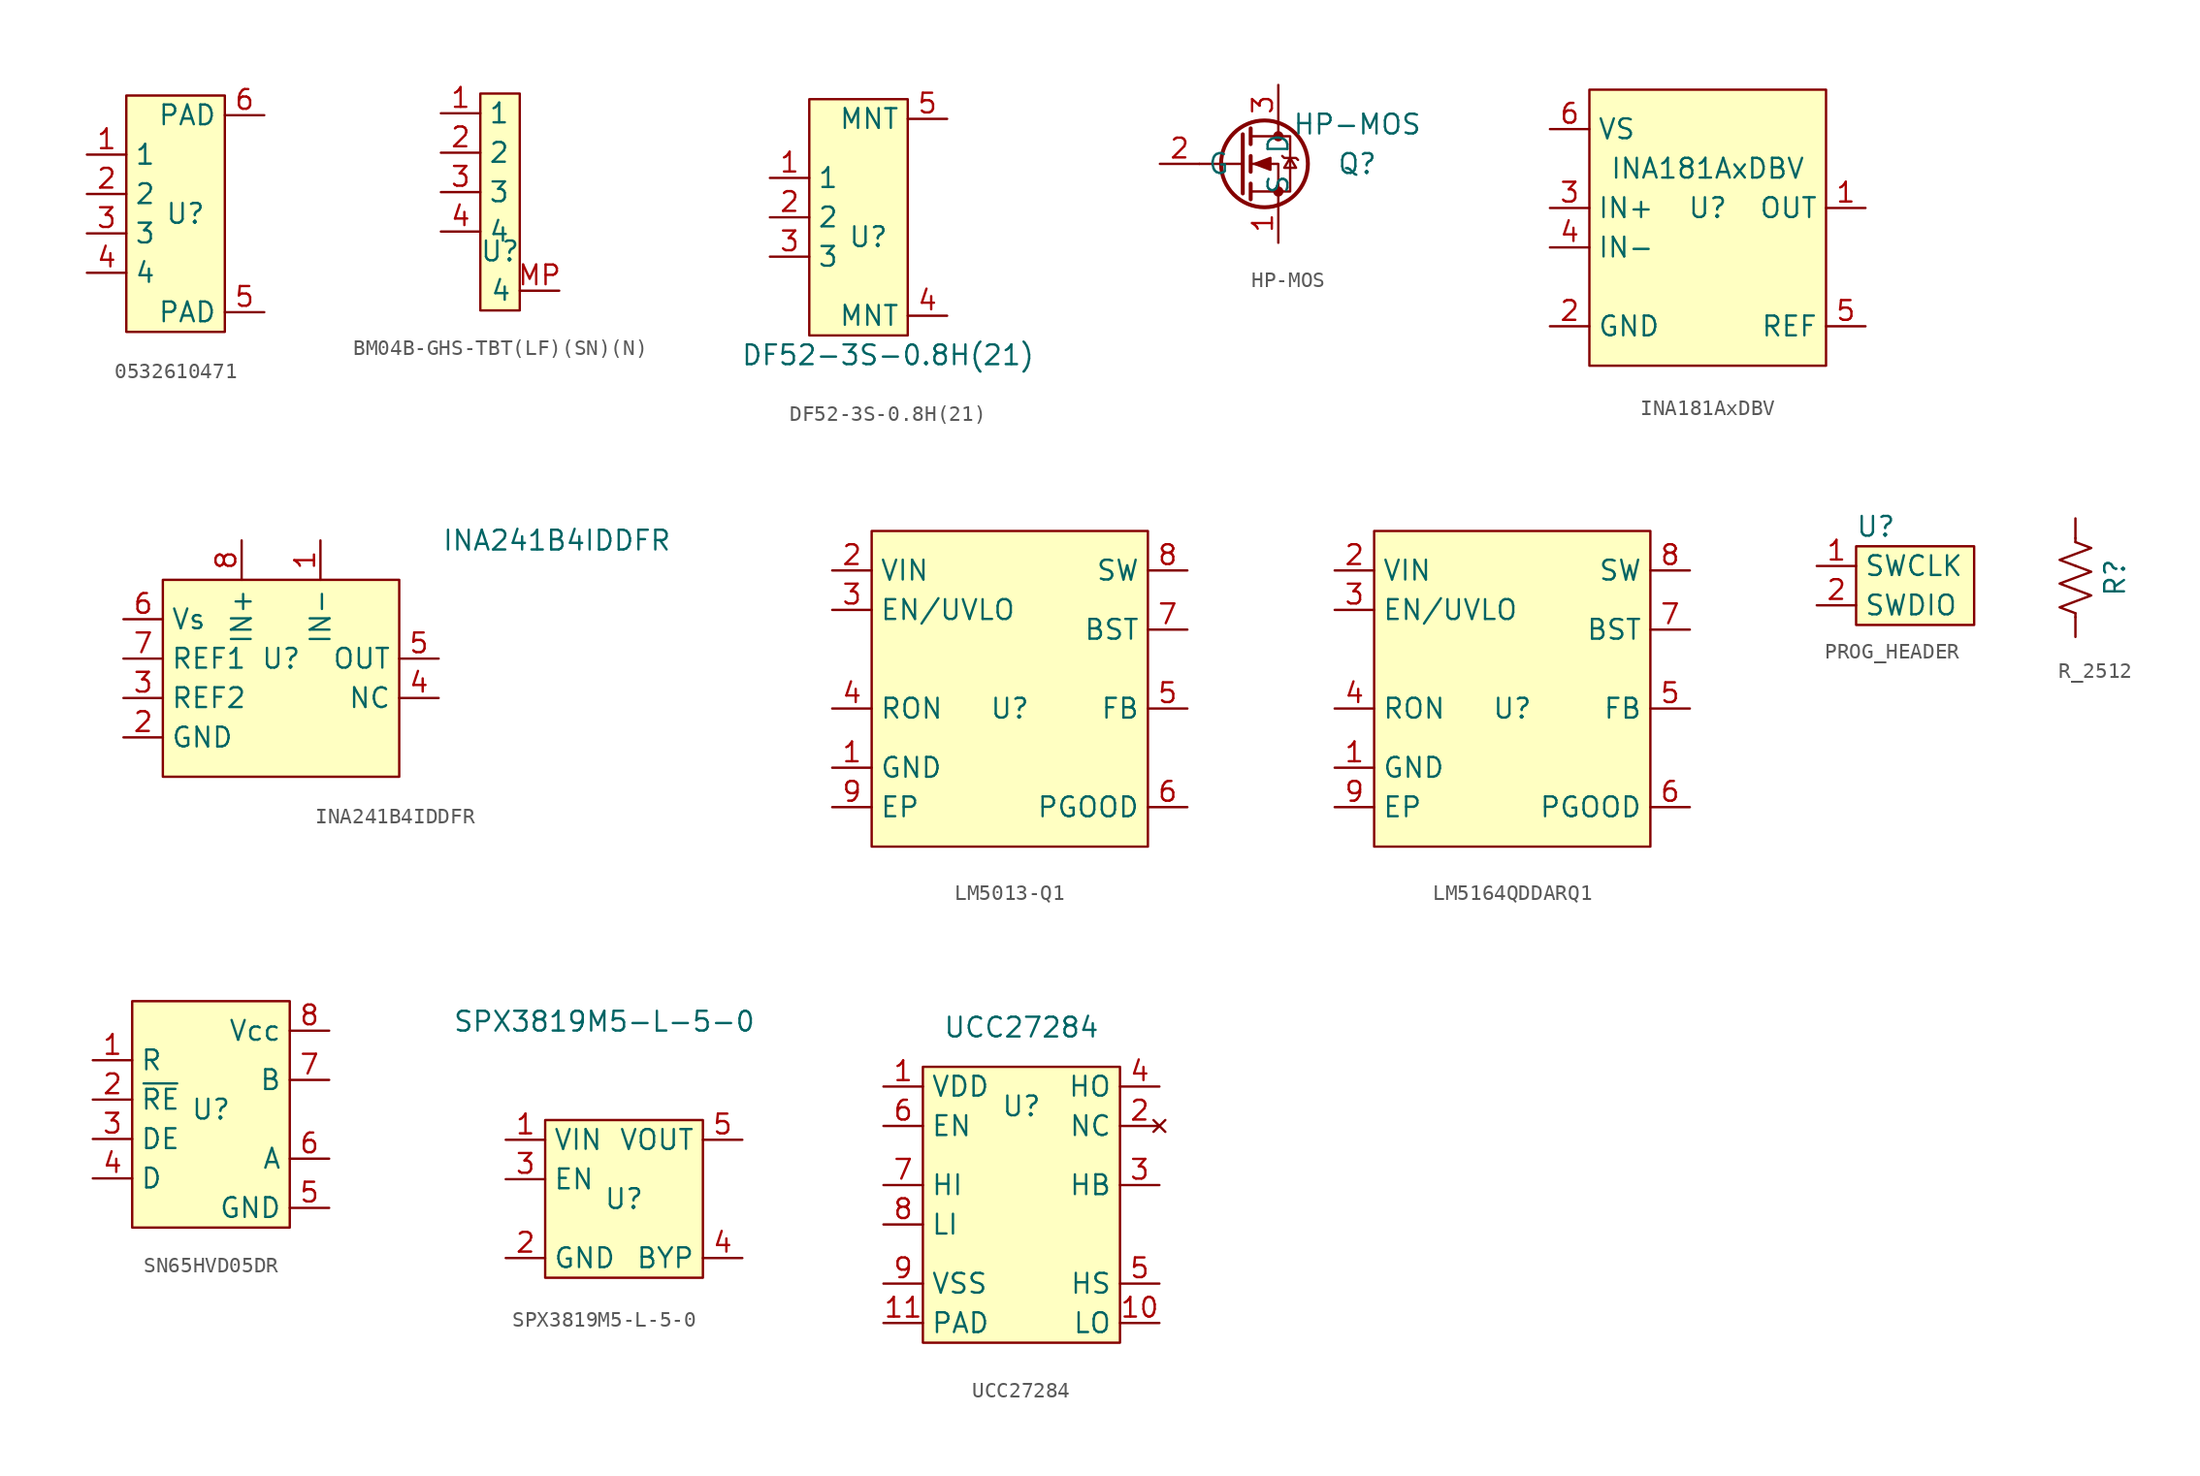
<source format=kicad_sym>
(kicad_symbol_lib
  (version 20220914)
  (generator kicad_symbol_editor)
  (symbol "0532610471"
    (property "Reference" "U"
      (at 1.27 0 0)
      (effects (font (size 1.27 1.27))))
    (property "Value" ""
      (at 0 0 0)
      (effects (font (size 1.27 1.27))))
    (symbol "0532610471_0_1"
      (rectangle (start -2.54 7.62) (end 3.81 -7.62) (stroke (width 0) (type default)) (fill (type background))))
    (symbol "0532610471_1_1"
      (pin input line (at -5.08 3.81 0) (length 2.54) (name "1" (effects (font (size 1.27 1.27)))) (number "1" (effects (font (size 1.27 1.27)))))
      (pin input line (at -5.08 1.27 0) (length 2.54) (name "2" (effects (font (size 1.27 1.27)))) (number "2" (effects (font (size 1.27 1.27)))))
      (pin input line (at -5.08 -1.27 0) (length 2.54) (name "3" (effects (font (size 1.27 1.27)))) (number "3" (effects (font (size 1.27 1.27)))))
      (pin input line (at -5.08 -3.81 0) (length 2.54) (name "4" (effects (font (size 1.27 1.27)))) (number "4" (effects (font (size 1.27 1.27)))))
      (pin input line (at 6.35 -6.35 180) (length 2.54) (name "PAD" (effects (font (size 1.27 1.27)))) (number "5" (effects (font (size 1.27 1.27)))))
      (pin input line (at 6.35 6.35 180) (length 2.54) (name "PAD" (effects (font (size 1.27 1.27)))) (number "6" (effects (font (size 1.27 1.27)))))))
  (symbol "BM04B-GHS-TBT(LF)(SN)(N)"
    (property "Reference" "U"
      (at -1.27 -5.08 0)
      (effects (font (size 1.27 1.27))))
    (property "Value" ""
      (at 0 0 0)
      (effects (font (size 1.27 1.27))))
    (symbol "BM04B-GHS-TBT(LF)(SN)(N)_0_1"
      (rectangle (start -2.54 5.08) (end 0 -8.89) (stroke (width 0) (type default)) (fill (type background))))
    (symbol "BM04B-GHS-TBT(LF)(SN)(N)_1_1"
      (pin input line (at -5.08 3.81 0) (length 2.54) (name "1" (effects (font (size 1.27 1.27)))) (number "1" (effects (font (size 1.27 1.27)))))
      (pin input line (at -5.08 1.27 0) (length 2.54) (name "2" (effects (font (size 1.27 1.27)))) (number "2" (effects (font (size 1.27 1.27)))))
      (pin input line (at -5.08 -1.27 0) (length 2.54) (name "3" (effects (font (size 1.27 1.27)))) (number "3" (effects (font (size 1.27 1.27)))))
      (pin input line (at -5.08 -3.81 0) (length 2.54) (name "4" (effects (font (size 1.27 1.27)))) (number "4" (effects (font (size 1.27 1.27)))))
      (pin input line (at 2.54 -7.62 180) (length 2.54) (name "4" (effects (font (size 1.27 1.27)))) (number "MP" (effects (font (size 1.27 1.27)))))))
  (symbol "DF52-3S-0.8H(21)"
    (property "Reference" "U"
      (at 0 -1.27 0)
      (effects (font (size 1.27 1.27))))
    (property "Value" "DF52-3S-0.8H(21)"
      (at 1.27 -8.89 0)
      (effects (font (size 1.27 1.27))))
    (symbol "DF52-3S-0.8H(21)_0_1"
      (rectangle (start -3.81 7.62) (end 2.54 -7.62) (stroke (width 0) (type default)) (fill (type background))))
    (symbol "DF52-3S-0.8H(21)_1_1"
      (pin input line (at -6.35 2.54 0) (length 2.54) (name "1" (effects (font (size 1.27 1.27)))) (number "1" (effects (font (size 1.27 1.27)))))
      (pin input line (at -6.35 0 0) (length 2.54) (name "2" (effects (font (size 1.27 1.27)))) (number "2" (effects (font (size 1.27 1.27)))))
      (pin input line (at -6.35 -2.54 0) (length 2.54) (name "3" (effects (font (size 1.27 1.27)))) (number "3" (effects (font (size 1.27 1.27)))))
      (pin input line (at 5.08 -6.35 180) (length 2.54) (name "MNT" (effects (font (size 1.27 1.27)))) (number "4" (effects (font (size 1.27 1.27)))))
      (pin input line (at 5.08 6.35 180) (length 2.54) (name "MNT" (effects (font (size 1.27 1.27)))) (number "5" (effects (font (size 1.27 1.27)))))))
  (symbol "HP-MOS"
    (property "Reference" "Q"
      (at 5.08 0 0)
      (effects (font (size 1.27 1.27))))
    (property "Value" "HP-MOS"
      (at 5.08 2.54 0)
      (effects (font (size 1.27 1.27))))
    (symbol "HP-MOS_0_1"
      (circle (center -0.889 0) (radius 2.794) (stroke (width 0.254) (type default)) (fill (type none)))
      (circle (center 0 -1.778) (radius 0.254) (stroke (width 0) (type default)) (fill (type outline)))
      (polyline (pts (xy -2.286 0) (xy -5.08 0)) (stroke (width 0) (type default)) (fill (type none)))
      (polyline (pts (xy -2.286 1.905) (xy -2.286 -1.905)) (stroke (width 0.254) (type default)) (fill (type none)))
      (polyline (pts (xy -1.778 -1.27) (xy -1.778 -2.286)) (stroke (width 0.254) (type default)) (fill (type none)))
      (polyline (pts (xy -1.778 0.508) (xy -1.778 -0.508)) (stroke (width 0.254) (type default)) (fill (type none)))
      (polyline (pts (xy -1.778 2.286) (xy -1.778 1.27)) (stroke (width 0.254) (type default)) (fill (type none)))
      (polyline (pts (xy 0 2.54) (xy 0 1.778)) (stroke (width 0) (type default)) (fill (type none)))
      (polyline (pts (xy 0 -2.54) (xy 0 0) (xy -1.778 0)) (stroke (width 0) (type default)) (fill (type none)))
      (polyline (pts (xy -1.778 -1.778) (xy 0.762 -1.778) (xy 0.762 1.778) (xy -1.778 1.778)) (stroke (width 0) (type default)) (fill (type none)))
      (polyline (pts (xy -1.524 0) (xy -0.508 0.381) (xy -0.508 -0.381) (xy -1.524 0)) (stroke (width 0) (type default)) (fill (type outline)))
      (polyline (pts (xy 0.254 0.508) (xy 0.381 0.381) (xy 1.143 0.381) (xy 1.27 0.254)) (stroke (width 0) (type default)) (fill (type none)))
      (polyline (pts (xy 0.762 0.381) (xy 0.381 -0.254) (xy 1.143 -0.254) (xy 0.762 0.381)) (stroke (width 0) (type default)) (fill (type none)))
      (circle (center 0 1.778) (radius 0.254) (stroke (width 0) (type default)) (fill (type outline))))
    (symbol "HP-MOS_1_1"
      (pin passive line (at 0 -5.08 90) (length 2.54) (name "S" (effects (font (size 1.27 1.27)))) (number "1" (effects (font (size 1.27 1.27)))))
      (pin input line (at -7.62 0 0) (length 2.54) (name "G" (effects (font (size 1.27 1.27)))) (number "2" (effects (font (size 1.27 1.27)))))
      (pin passive line (at 0 5.08 270) (length 2.54) (name "D" (effects (font (size 1.27 1.27)))) (number "3" (effects (font (size 1.27 1.27)))))))
  (symbol "INA181AxDBV"
    (property "Reference" "U"
      (at 0 0 0)
      (effects (font (size 1.27 1.27))))
    (property "Value" "INA181AxDBV"
      (at 0 2.54 0)
      (effects (font (size 1.27 1.27))))
    (symbol "INA181AxDBV_0_0"
      (pin bidirectional line (at 10.16 0 180) (length 2.54) (name "OUT" (effects (font (size 1.27 1.27)))) (number "1" (effects (font (size 1.27 1.27)))))
      (pin bidirectional line (at -10.16 -7.62 0) (length 2.54) (name "GND" (effects (font (size 1.27 1.27)))) (number "2" (effects (font (size 1.27 1.27)))))
      (pin bidirectional line (at -10.16 0 0) (length 2.54) (name "IN+" (effects (font (size 1.27 1.27)))) (number "3" (effects (font (size 1.27 1.27)))))
      (pin bidirectional line (at -10.16 -2.54 0) (length 2.54) (name "IN-" (effects (font (size 1.27 1.27)))) (number "4" (effects (font (size 1.27 1.27)))))
      (pin bidirectional line (at 10.16 -7.62 180) (length 2.54) (name "REF" (effects (font (size 1.27 1.27)))) (number "5" (effects (font (size 1.27 1.27)))))
      (pin bidirectional line (at -10.16 5.08 0) (length 2.54) (name "VS" (effects (font (size 1.27 1.27)))) (number "6" (effects (font (size 1.27 1.27))))))
    (symbol "INA181AxDBV_0_1"
      (rectangle (start -7.62 7.62) (end 7.62 -10.16) (stroke (width 0) (type default)) (fill (type background)))))
  (symbol "INA241B4IDDFR"
    (property "Reference" "U"
      (at 0 0 0)
      (effects (font (size 1.27 1.27))))
    (property "Value" "INA241B4IDDFR"
      (at 17.78 7.62 0)
      (effects (font (size 1.27 1.27))))
    (symbol "INA241B4IDDFR_0_0"
      (pin bidirectional line (at 2.54 7.62 270) (length 2.54) (name "IN-" (effects (font (size 1.27 1.27)))) (number "1" (effects (font (size 1.27 1.27)))))
      (pin bidirectional line (at -10.16 -5.08 0) (length 2.54) (name "GND" (effects (font (size 1.27 1.27)))) (number "2" (effects (font (size 1.27 1.27)))))
      (pin bidirectional line (at -10.16 -2.54 0) (length 2.54) (name "REF2" (effects (font (size 1.27 1.27)))) (number "3" (effects (font (size 1.27 1.27)))))
      (pin bidirectional line (at 10.16 -2.54 180) (length 2.54) (name "NC" (effects (font (size 1.27 1.27)))) (number "4" (effects (font (size 1.27 1.27)))))
      (pin bidirectional line (at 10.16 0 180) (length 2.54) (name "OUT" (effects (font (size 1.27 1.27)))) (number "5" (effects (font (size 1.27 1.27)))))
      (pin bidirectional line (at -10.16 2.54 0) (length 2.54) (name "Vs" (effects (font (size 1.27 1.27)))) (number "6" (effects (font (size 1.27 1.27)))))
      (pin bidirectional line (at -10.16 0 0) (length 2.54) (name "REF1" (effects (font (size 1.27 1.27)))) (number "7" (effects (font (size 1.27 1.27)))))
      (pin bidirectional line (at -2.54 7.62 270) (length 2.54) (name "IN+" (effects (font (size 1.27 1.27)))) (number "8" (effects (font (size 1.27 1.27))))))
    (symbol "INA241B4IDDFR_0_1"
      (rectangle (start -7.62 5.08) (end 7.62 -7.62) (stroke (width 0) (type default)) (fill (type background)))))
  (symbol "LM5013-Q1"
    (property "Reference" "U"
      (at 0 0 0)
      (effects (font (size 1.27 1.27))))
    (property "Value" ""
      (at 0 0 0)
      (effects (font (size 1.27 1.27))))
    (symbol "LM5013-Q1_0_1"
      (rectangle (start -8.89 11.43) (end 8.89 -8.89) (stroke (width 0) (type default)) (fill (type background))))
    (symbol "LM5013-Q1_1_1"
      (pin power_in line (at -11.43 -3.81 0) (length 2.54) (name "GND" (effects (font (size 1.27 1.27)))) (number "1" (effects (font (size 1.27 1.27)))))
      (pin power_in line (at -11.43 8.89 0) (length 2.54) (name "VIN" (effects (font (size 1.27 1.27)))) (number "2" (effects (font (size 1.27 1.27)))))
      (pin input line (at -11.43 6.35 0) (length 2.54) (name "EN/UVLO" (effects (font (size 1.27 1.27)))) (number "3" (effects (font (size 1.27 1.27)))))
      (pin input line (at -11.43 0 0) (length 2.54) (name "RON" (effects (font (size 1.27 1.27)))) (number "4" (effects (font (size 1.27 1.27)))))
      (pin input line (at 11.43 0 180) (length 2.54) (name "FB" (effects (font (size 1.27 1.27)))) (number "5" (effects (font (size 1.27 1.27)))))
      (pin input line (at 11.43 -6.35 180) (length 2.54) (name "PGOOD" (effects (font (size 1.27 1.27)))) (number "6" (effects (font (size 1.27 1.27)))))
      (pin input line (at 11.43 5.08 180) (length 2.54) (name "BST" (effects (font (size 1.27 1.27)))) (number "7" (effects (font (size 1.27 1.27)))))
      (pin input line (at 11.43 8.89 180) (length 2.54) (name "SW" (effects (font (size 1.27 1.27)))) (number "8" (effects (font (size 1.27 1.27)))))
      (pin input line (at -11.43 -6.35 0) (length 2.54) (name "EP" (effects (font (size 1.27 1.27)))) (number "9" (effects (font (size 1.27 1.27)))))))
  (symbol "LM5164QDDARQ1"
    (property "Reference" "U"
      (at -1.27 -5.08 0)
      (effects (font (size 1.27 1.27))))
    (property "Value" ""
      (at 3.81 0 0)
      (effects (font (size 1.27 1.27))))
    (symbol "LM5164QDDARQ1_0_1"
      (rectangle (start -10.16 6.35) (end 7.62 -13.97) (stroke (width 0) (type default)) (fill (type background))))
    (symbol "LM5164QDDARQ1_1_1"
      (pin power_in line (at -12.7 -8.89 0) (length 2.54) (name "GND" (effects (font (size 1.27 1.27)))) (number "1" (effects (font (size 1.27 1.27)))))
      (pin power_in line (at -12.7 3.81 0) (length 2.54) (name "VIN" (effects (font (size 1.27 1.27)))) (number "2" (effects (font (size 1.27 1.27)))))
      (pin input line (at -12.7 1.27 0) (length 2.54) (name "EN/UVLO" (effects (font (size 1.27 1.27)))) (number "3" (effects (font (size 1.27 1.27)))))
      (pin input line (at -12.7 -5.08 0) (length 2.54) (name "RON" (effects (font (size 1.27 1.27)))) (number "4" (effects (font (size 1.27 1.27)))))
      (pin input line (at 10.16 -5.08 180) (length 2.54) (name "FB" (effects (font (size 1.27 1.27)))) (number "5" (effects (font (size 1.27 1.27)))))
      (pin input line (at 10.16 -11.43 180) (length 2.54) (name "PGOOD" (effects (font (size 1.27 1.27)))) (number "6" (effects (font (size 1.27 1.27)))))
      (pin input line (at 10.16 0 180) (length 2.54) (name "BST" (effects (font (size 1.27 1.27)))) (number "7" (effects (font (size 1.27 1.27)))))
      (pin input line (at 10.16 3.81 180) (length 2.54) (name "SW" (effects (font (size 1.27 1.27)))) (number "8" (effects (font (size 1.27 1.27)))))
      (pin input line (at -12.7 -11.43 0) (length 2.54) (name "EP" (effects (font (size 1.27 1.27)))) (number "9" (effects (font (size 1.27 1.27)))))))
  (symbol "PROG_HEADER"
    (property "Reference" "U"
      (at 3.81 5.08 0)
      (effects (font (size 1.27 1.27))))
    (property "Value" ""
      (at 0 0 0)
      (effects (font (size 1.27 1.27))))
    (symbol "PROG_HEADER_0_1"
      (rectangle (start 2.54 3.81) (end 10.16 -1.27) (stroke (width 0) (type default)) (fill (type background))))
    (symbol "PROG_HEADER_1_1"
      (pin input line (at 0 2.54 0) (length 2.54) (name "SWCLK" (effects (font (size 1.27 1.27)))) (number "1" (effects (font (size 1.27 1.27)))))
      (pin input line (at 0 0 0) (length 2.54) (name "SWDIO" (effects (font (size 1.27 1.27)))) (number "2" (effects (font (size 1.27 1.27)))))))
  (symbol "R_2512"
    (pin_numbers hide)
    (pin_names
      (offset 0))
    (property "Reference" "R"
      (at 2.54 0 90)
      (effects (font (size 1.27 1.27))))
    (symbol "R_2512_0_1"
      (polyline (pts (xy 0 -2.286) (xy 0 -2.54)) (stroke (width 0) (type default)) (fill (type none)))
      (polyline (pts (xy 0 2.286) (xy 0 2.54)) (stroke (width 0) (type default)) (fill (type none)))
      (polyline (pts (xy 0 -0.762) (xy 1.016 -1.143) (xy 0 -1.524) (xy -1.016 -1.905) (xy 0 -2.286)) (stroke (width 0) (type default)) (fill (type none)))
      (polyline (pts (xy 0 0.762) (xy 1.016 0.381) (xy 0 0) (xy -1.016 -0.381) (xy 0 -0.762)) (stroke (width 0) (type default)) (fill (type none)))
      (polyline (pts (xy 0 2.286) (xy 1.016 1.905) (xy 0 1.524) (xy -1.016 1.143) (xy 0 0.762)) (stroke (width 0) (type default)) (fill (type none))))
    (symbol "R_2512_1_1"
      (pin passive line (at 0 3.81 270) (length 1.27) (name "~" (effects (font (size 1.27 1.27)))) (number "1" (effects (font (size 1.27 1.27)))))
      (pin passive line (at 0 -3.81 90) (length 1.27) (name "~" (effects (font (size 1.27 1.27)))) (number "2" (effects (font (size 1.27 1.27)))))))
  (symbol "SN65HVD05DR"
    (property "Reference" "U"
      (at 0 0.635 0)
      (effects (font (size 1.27 1.27))))
    (property "Value" ""
      (at 0 0.635 0)
      (effects (font (size 1.27 1.27))))
    (symbol "SN65HVD05DR_0_1"
      (rectangle (start -5.08 7.62) (end 5.08 -6.985) (stroke (width 0) (type default)) (fill (type background))))
    (symbol "SN65HVD05DR_1_1"
      (pin input line (at -7.62 3.81 0) (length 2.54) (name "R" (effects (font (size 1.27 1.27)))) (number "1" (effects (font (size 1.27 1.27)))))
      (pin input line (at -7.62 1.27 0) (length 2.54) (name "~{RE}" (effects (font (size 1.27 1.27)))) (number "2" (effects (font (size 1.27 1.27)))))
      (pin input line (at -7.62 -1.27 0) (length 2.54) (name "DE" (effects (font (size 1.27 1.27)))) (number "3" (effects (font (size 1.27 1.27)))))
      (pin input line (at -7.62 -3.81 0) (length 2.54) (name "D" (effects (font (size 1.27 1.27)))) (number "4" (effects (font (size 1.27 1.27)))))
      (pin input line (at 7.62 -5.715 180) (length 2.54) (name "GND" (effects (font (size 1.27 1.27)))) (number "5" (effects (font (size 1.27 1.27)))))
      (pin input line (at 7.62 -2.54 180) (length 2.54) (name "A" (effects (font (size 1.27 1.27)))) (number "6" (effects (font (size 1.27 1.27)))))
      (pin input line (at 7.62 2.54 180) (length 2.54) (name "B" (effects (font (size 1.27 1.27)))) (number "7" (effects (font (size 1.27 1.27)))))
      (pin input line (at 7.62 5.715 180) (length 2.54) (name "Vcc" (effects (font (size 1.27 1.27)))) (number "8" (effects (font (size 1.27 1.27)))))))
  (symbol "SPX3819M5-L-5-0"
    (property "Reference" "U"
      (at 1.27 0 0)
      (effects (font (size 1.27 1.27))))
    (property "Value" "SPX3819M5-L-5-0"
      (at 0 11.43 0)
      (effects (font (size 1.27 1.27))))
    (symbol "SPX3819M5-L-5-0_0_1"
      (rectangle (start -3.81 5.08) (end 6.35 -5.08) (stroke (width 0) (type default)) (fill (type background))))
    (symbol "SPX3819M5-L-5-0_1_1"
      (pin power_in line (at -6.35 3.81 0) (length 2.54) (name "VIN" (effects (font (size 1.27 1.27)))) (number "1" (effects (font (size 1.27 1.27)))))
      (pin power_in line (at -6.35 -3.81 0) (length 2.54) (name "GND" (effects (font (size 1.27 1.27)))) (number "2" (effects (font (size 1.27 1.27)))))
      (pin input line (at -6.35 1.27 0) (length 2.54) (name "EN" (effects (font (size 1.27 1.27)))) (number "3" (effects (font (size 1.27 1.27)))))
      (pin input line (at 8.89 -3.81 180) (length 2.54) (name "BYP" (effects (font (size 1.27 1.27)))) (number "4" (effects (font (size 1.27 1.27)))))
      (pin power_out line (at 8.89 3.81 180) (length 2.54) (name "VOUT" (effects (font (size 1.27 1.27)))) (number "5" (effects (font (size 1.27 1.27)))))))
  (symbol "UCC27284"
    (property "Reference" "U"
      (at 0 13.97 0)
      (effects (font (size 1.27 1.27))))
    (property "Value" "UCC27284"
      (at 0 19.05 0)
      (effects (font (size 1.27 1.27))))
    (symbol "UCC27284_0_1"
      (rectangle (start -6.35 16.51) (end 6.35 -1.27) (stroke (width 0) (type default)) (fill (type background))))
    (symbol "UCC27284_1_1"
      (pin power_in line (at -8.89 15.24 0) (length 2.54) (name "VDD" (effects (font (size 1.27 1.27)))) (number "1" (effects (font (size 1.27 1.27)))))
      (pin output line (at 8.89 0 180) (length 2.54) (name "LO" (effects (font (size 1.27 1.27)))) (number "10" (effects (font (size 1.27 1.27)))))
      (pin power_in line (at -8.89 0 0) (length 2.54) (name "PAD" (effects (font (size 1.27 1.27)))) (number "11" (effects (font (size 1.27 1.27)))))
      (pin no_connect line (at 8.89 12.7 180) (length 2.54) (name "NC" (effects (font (size 1.27 1.27)))) (number "2" (effects (font (size 1.27 1.27)))))
      (pin input line (at 8.89 8.89 180) (length 2.54) (name "HB" (effects (font (size 1.27 1.27)))) (number "3" (effects (font (size 1.27 1.27)))))
      (pin output line (at 8.89 15.24 180) (length 2.54) (name "HO" (effects (font (size 1.27 1.27)))) (number "4" (effects (font (size 1.27 1.27)))))
      (pin input line (at 8.89 2.54 180) (length 2.54) (name "HS" (effects (font (size 1.27 1.27)))) (number "5" (effects (font (size 1.27 1.27)))))
      (pin input line (at -8.89 12.7 0) (length 2.54) (name "EN" (effects (font (size 1.27 1.27)))) (number "6" (effects (font (size 1.27 1.27)))))
      (pin input line (at -8.89 8.89 0) (length 2.54) (name "HI" (effects (font (size 1.27 1.27)))) (number "7" (effects (font (size 1.27 1.27)))))
      (pin input line (at -8.89 6.35 0) (length 2.54) (name "LI" (effects (font (size 1.27 1.27)))) (number "8" (effects (font (size 1.27 1.27)))))
      (pin power_in line (at -8.89 2.54 0) (length 2.54) (name "VSS" (effects (font (size 1.27 1.27)))) (number "9" (effects (font (size 1.27 1.27))))))))
</source>
